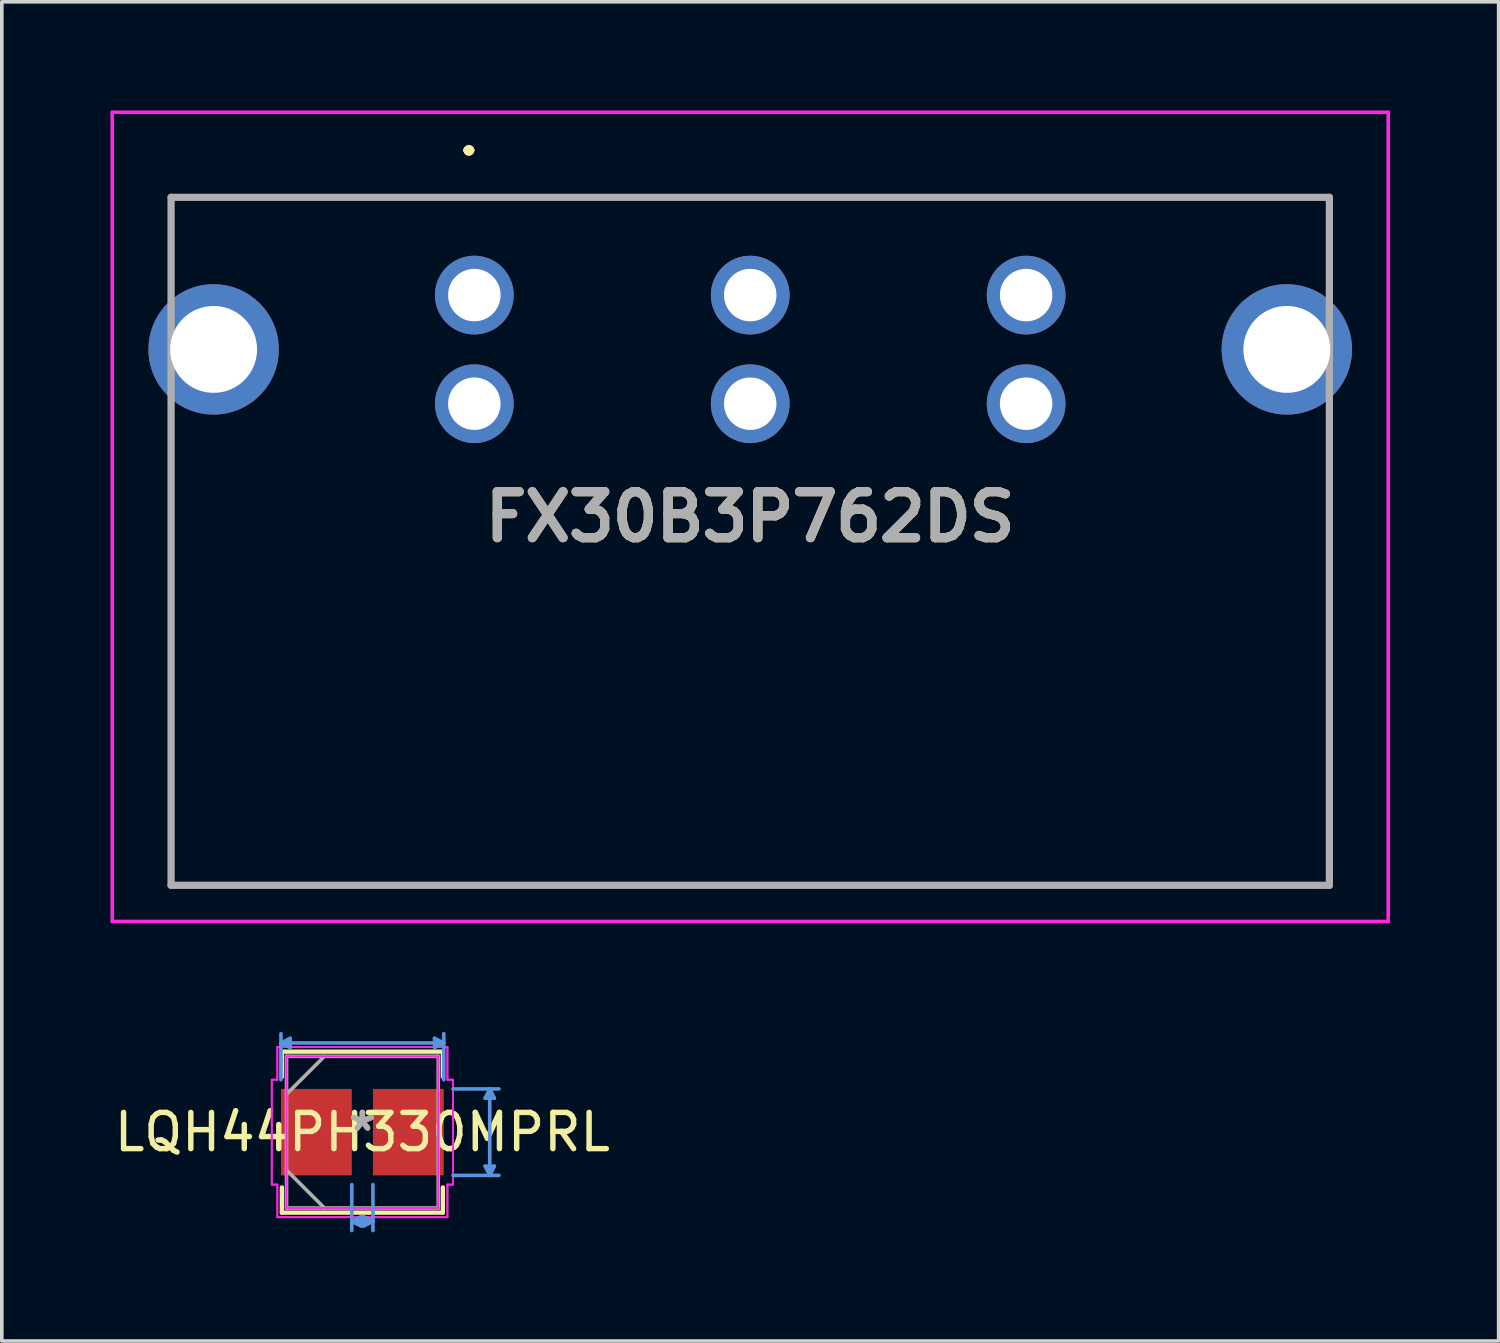
<source format=kicad_pcb>
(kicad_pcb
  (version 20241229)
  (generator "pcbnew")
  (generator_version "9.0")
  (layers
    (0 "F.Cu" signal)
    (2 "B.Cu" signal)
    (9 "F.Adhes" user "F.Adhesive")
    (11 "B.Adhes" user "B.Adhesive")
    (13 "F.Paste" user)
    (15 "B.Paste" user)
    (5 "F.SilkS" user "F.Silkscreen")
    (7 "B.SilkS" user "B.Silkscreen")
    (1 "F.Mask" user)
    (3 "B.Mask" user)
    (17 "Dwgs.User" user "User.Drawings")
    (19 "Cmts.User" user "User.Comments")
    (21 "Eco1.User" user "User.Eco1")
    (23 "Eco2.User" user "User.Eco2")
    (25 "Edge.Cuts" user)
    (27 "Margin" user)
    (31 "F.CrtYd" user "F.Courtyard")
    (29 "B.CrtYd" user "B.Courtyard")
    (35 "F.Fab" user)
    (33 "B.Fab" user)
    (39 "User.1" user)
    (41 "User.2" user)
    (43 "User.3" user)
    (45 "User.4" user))
  (footprint "FX30B3P762DS"
    (layer "F.Cu")
    (at 10.05 5.1)
    (property "Reference" "FX30B3P762DS" (at 7.62 6.125 0) (layer "F.SilkS") (effects (font (size 1.27 1.27) (thickness 0.254))))
    (attr through_hole)
    (fp_line (start -8.38 -2.7) (end -8.38 -2.7) (stroke (width 0.1) (type solid)) (layer "F.SilkS"))
    (fp_line (start -8.38 -2.7) (end -8.375 -2.7) (stroke (width 0.1) (type solid)) (layer "F.SilkS"))
    (fp_line (start -8.38 -2.7) (end 23.62 -2.7) (stroke (width 0.1) (type solid)) (layer "F.SilkS"))
    (fp_line (start -8.38 -0.75) (end -8.38 -2.7) (stroke (width 0.1) (type solid)) (layer "F.SilkS"))
    (fp_line (start -8.38 3.75) (end -8.375 3.75) (stroke (width 0.1) (type solid)) (layer "F.SilkS"))
    (fp_line (start -8.38 16.3) (end -8.38 3.75) (stroke (width 0.1) (type solid)) (layer "F.SilkS"))
    (fp_line (start -8.375 -2.7) (end -8.375 -0.75) (stroke (width 0.1) (type solid)) (layer "F.SilkS"))
    (fp_line (start -8.375 -0.75) (end -8.38 -0.75) (stroke (width 0.1) (type solid)) (layer "F.SilkS"))
    (fp_line (start -8.375 3.75) (end -8.375 16.3) (stroke (width 0.1) (type solid)) (layer "F.SilkS"))
    (fp_line (start -8.375 16.3) (end -8.38 16.3) (stroke (width 0.1) (type solid)) (layer "F.SilkS"))
    (fp_line (start -8.375 16.3) (end -8.375 16.3) (stroke (width 0.1) (type solid)) (layer "F.SilkS"))
    (fp_line (start -8.375 16.3) (end 23.615 16.3) (stroke (width 0.1) (type solid)) (layer "F.SilkS"))
    (fp_line (start -0.2 -4) (end -0.2 -4) (stroke (width 0.2) (type solid)) (layer "F.SilkS"))
    (fp_line (start -0.2 -4) (end -0.2 -4) (stroke (width 0.2) (type solid)) (layer "F.SilkS"))
    (fp_line (start -0.1 -4) (end -0.1 -4) (stroke (width 0.2) (type solid)) (layer "F.SilkS"))
    (fp_line (start 23.615 3.75) (end 23.615 16.3) (stroke (width 0.1) (type solid)) (layer "F.SilkS"))
    (fp_line (start 23.615 16.3) (end -8.375 16.3) (stroke (width 0.1) (type solid)) (layer "F.SilkS"))
    (fp_line (start 23.615 16.3) (end 23.615 16.3) (stroke (width 0.1) (type solid)) (layer "F.SilkS"))
    (fp_line (start 23.615 16.3) (end 23.62 16.3) (stroke (width 0.1) (type solid)) (layer "F.SilkS"))
    (fp_line (start 23.62 -2.7) (end -8.38 -2.7) (stroke (width 0.1) (type solid)) (layer "F.SilkS"))
    (fp_line (start 23.62 -2.7) (end 23.62 -2.7) (stroke (width 0.1) (type solid)) (layer "F.SilkS"))
    (fp_line (start 23.62 -2.7) (end 23.62 -2.7) (stroke (width 0.1) (type solid)) (layer "F.SilkS"))
    (fp_line (start 23.62 -2.7) (end 23.62 -1) (stroke (width 0.1) (type solid)) (layer "F.SilkS"))
    (fp_line (start 23.62 -1) (end 23.62 -2.7) (stroke (width 0.1) (type solid)) (layer "F.SilkS"))
    (fp_line (start 23.62 -1) (end 23.62 -1) (stroke (width 0.1) (type solid)) (layer "F.SilkS"))
    (fp_line (start 23.62 3.75) (end 23.615 3.75) (stroke (width 0.1) (type solid)) (layer "F.SilkS"))
    (fp_line (start 23.62 16.3) (end 23.62 3.75) (stroke (width 0.1) (type solid)) (layer "F.SilkS"))
    (fp_arc (start -0.2 -4) (mid -0.15 -4.05) (end -0.1 -4) (stroke (width 0.2) (type solid)) (layer "F.SilkS"))
    (fp_arc (start -0.1 -4) (mid -0.15 -3.95) (end -0.2 -4) (stroke (width 0.2) (type solid)) (layer "F.SilkS"))
    (fp_arc (start -0.1 -4) (mid -0.15 -3.95) (end -0.2 -4) (stroke (width 0.2) (type solid)) (layer "F.SilkS"))
    (fp_line (start -10 -5.05) (end 25.24 -5.05) (stroke (width 0.1) (type solid)) (layer "F.CrtYd"))
    (fp_line (start -10 17.3) (end -10 -5.05) (stroke (width 0.1) (type solid)) (layer "F.CrtYd"))
    (fp_line (start 25.24 -5.05) (end 25.24 17.3) (stroke (width 0.1) (type solid)) (layer "F.CrtYd"))
    (fp_line (start 25.24 17.3) (end -10 17.3) (stroke (width 0.1) (type solid)) (layer "F.CrtYd"))
    (fp_line (start -8.375 -2.7) (end -8.375 16.3) (stroke (width 0.2) (type solid)) (layer "F.Fab"))
    (fp_line (start -8.375 16.3) (end 23.615 16.3) (stroke (width 0.2) (type solid)) (layer "F.Fab"))
    (fp_line (start 23.615 -2.7) (end -8.375 -2.7) (stroke (width 0.2) (type solid)) (layer "F.Fab"))
    (fp_line (start 23.615 16.3) (end 23.615 -2.7) (stroke (width 0.2) (type solid)) (layer "F.Fab"))
    (fp_text user "${REFERENCE}" (at 7.62 6.125 0) (layer "F.Fab") (effects (font (size 1.27 1.27) (thickness 0.254))))
    (pad "1" thru_hole circle (at 0 0) (size 2.175 2.175) (drill 1.45) (layers "*.Cu" "*.Mask"))
    (pad "2" thru_hole circle (at 7.62 0) (size 2.175 2.175) (drill 1.45) (layers "*.Cu" "*.Mask"))
    (pad "3" thru_hole circle (at 15.24 0) (size 2.175 2.175) (drill 1.45) (layers "*.Cu" "*.Mask"))
    (pad "4" thru_hole circle (at 0 3) (size 2.175 2.175) (drill 1.45) (layers "*.Cu" "*.Mask"))
    (pad "5" thru_hole circle (at 7.62 3) (size 2.175 2.175) (drill 1.45) (layers "*.Cu" "*.Mask"))
    (pad "6" thru_hole circle (at 15.24 3) (size 2.175 2.175) (drill 1.45) (layers "*.Cu" "*.Mask"))
    (pad "MH1" thru_hole circle (at -7.2 1.5) (size 3.6 3.6) (drill 2.4) (layers "*.Cu" "*.Mask"))
    (pad "MH2" thru_hole circle (at 22.44 1.5) (size 3.6 3.6) (drill 2.4) (layers "*.Cu" "*.Mask")))
  (footprint "LQH44PH330MPRL"
    (layer "F.Cu")
    (at 6.958 28.218)
    (property "Reference" "LQH44PH330MPRL" (at 0 0 0) (layer "F.SilkS") (effects (font (size 1 1) (thickness 0.15))))
    (attr through_hole)
    (fp_line (start -2.223 -2.223) (end -2.223 -1.527) (stroke (width 0.12) (type solid)) (layer "F.SilkS"))
    (fp_line (start -2.223 1.527) (end -2.223 2.223) (stroke (width 0.12) (type solid)) (layer "F.SilkS"))
    (fp_line (start -2.223 2.223) (end 2.223 2.223) (stroke (width 0.12) (type solid)) (layer "F.SilkS"))
    (fp_line (start 2.223 -2.223) (end -2.223 -2.223) (stroke (width 0.12) (type solid)) (layer "F.SilkS"))
    (fp_line (start 2.223 -1.527) (end 2.223 -2.223) (stroke (width 0.12) (type solid)) (layer "F.SilkS"))
    (fp_line (start 2.223 2.223) (end 2.223 1.527) (stroke (width 0.12) (type solid)) (layer "F.SilkS"))
    (fp_line (start -2.248 -2.464) (end -1.994 -2.591) (stroke (width 0.1) (type solid)) (layer "Cmts.User"))
    (fp_line (start -2.248 -2.464) (end 2.248 -2.464) (stroke (width 0.1) (type solid)) (layer "Cmts.User"))
    (fp_line (start -2.248 -1.448) (end -2.248 -2.718) (stroke (width 0.1) (type solid)) (layer "Cmts.User"))
    (fp_line (start -1.994 -2.591) (end -1.994 -2.337) (stroke (width 0.1) (type solid)) (layer "Cmts.User"))
    (fp_line (start -1.994 -2.337) (end -2.248 -2.464) (stroke (width 0.1) (type solid)) (layer "Cmts.User"))
    (fp_line (start -0.292 1.448) (end -0.292 2.718) (stroke (width 0.1) (type solid)) (layer "Cmts.User"))
    (fp_line (start -0.292 2.464) (end -0.038 2.591) (stroke (width 0.1) (type solid)) (layer "Cmts.User"))
    (fp_line (start -0.292 2.464) (end 0.292 2.464) (stroke (width 0.1) (type solid)) (layer "Cmts.User"))
    (fp_line (start -0.038 2.337) (end -0.292 2.464) (stroke (width 0.1) (type solid)) (layer "Cmts.User"))
    (fp_line (start -0.038 2.591) (end -0.038 2.337) (stroke (width 0.1) (type solid)) (layer "Cmts.User"))
    (fp_line (start 0.038 2.337) (end 0.292 2.464) (stroke (width 0.1) (type solid)) (layer "Cmts.User"))
    (fp_line (start 0.038 2.591) (end 0.038 2.337) (stroke (width 0.1) (type solid)) (layer "Cmts.User"))
    (fp_line (start 0.292 1.448) (end 0.292 2.718) (stroke (width 0.1) (type solid)) (layer "Cmts.User"))
    (fp_line (start 0.292 2.464) (end 0.038 2.591) (stroke (width 0.1) (type solid)) (layer "Cmts.User"))
    (fp_line (start 1.994 -2.591) (end 1.994 -2.337) (stroke (width 0.1) (type solid)) (layer "Cmts.User"))
    (fp_line (start 1.994 -2.337) (end 2.248 -2.464) (stroke (width 0.1) (type solid)) (layer "Cmts.User"))
    (fp_line (start 2.248 -2.464) (end 1.994 -2.591) (stroke (width 0.1) (type solid)) (layer "Cmts.User"))
    (fp_line (start 2.248 -1.448) (end 2.248 -2.718) (stroke (width 0.1) (type solid)) (layer "Cmts.User"))
    (fp_line (start 2.502 -1.194) (end 3.772 -1.194) (stroke (width 0.1) (type solid)) (layer "Cmts.User"))
    (fp_line (start 2.502 1.194) (end 3.772 1.194) (stroke (width 0.1) (type solid)) (layer "Cmts.User"))
    (fp_line (start 3.391 -0.94) (end 3.645 -0.94) (stroke (width 0.1) (type solid)) (layer "Cmts.User"))
    (fp_line (start 3.391 0.94) (end 3.645 0.94) (stroke (width 0.1) (type solid)) (layer "Cmts.User"))
    (fp_line (start 3.518 -1.194) (end 3.391 -0.94) (stroke (width 0.1) (type solid)) (layer "Cmts.User"))
    (fp_line (start 3.518 -1.194) (end 3.518 1.194) (stroke (width 0.1) (type solid)) (layer "Cmts.User"))
    (fp_line (start 3.518 1.194) (end 3.391 0.94) (stroke (width 0.1) (type solid)) (layer "Cmts.User"))
    (fp_line (start 3.645 -0.94) (end 3.518 -1.194) (stroke (width 0.1) (type solid)) (layer "Cmts.User"))
    (fp_line (start 3.645 0.94) (end 3.518 1.194) (stroke (width 0.1) (type solid)) (layer "Cmts.User"))
    (fp_line (start -2.502 -1.448) (end -2.349 -1.448) (stroke (width 0.05) (type solid)) (layer "F.CrtYd"))
    (fp_line (start -2.502 -1.448) (end -2.349 -1.448) (stroke (width 0.05) (type solid)) (layer "F.CrtYd"))
    (fp_line (start -2.502 1.448) (end -2.502 -1.448) (stroke (width 0.05) (type solid)) (layer "F.CrtYd"))
    (fp_line (start -2.502 1.448) (end -2.502 -1.448) (stroke (width 0.05) (type solid)) (layer "F.CrtYd"))
    (fp_line (start -2.349 -2.349) (end 2.349 -2.349) (stroke (width 0.05) (type solid)) (layer "F.CrtYd"))
    (fp_line (start -2.349 -2.349) (end 2.349 -2.349) (stroke (width 0.05) (type solid)) (layer "F.CrtYd"))
    (fp_line (start -2.349 -1.448) (end -2.349 -2.349) (stroke (width 0.05) (type solid)) (layer "F.CrtYd"))
    (fp_line (start -2.349 -1.448) (end -2.349 -2.349) (stroke (width 0.05) (type solid)) (layer "F.CrtYd"))
    (fp_line (start -2.349 1.448) (end -2.502 1.448) (stroke (width 0.05) (type solid)) (layer "F.CrtYd"))
    (fp_line (start -2.349 1.448) (end -2.502 1.448) (stroke (width 0.05) (type solid)) (layer "F.CrtYd"))
    (fp_line (start -2.349 1.448) (end -2.349 2.349) (stroke (width 0.05) (type solid)) (layer "F.CrtYd"))
    (fp_line (start -2.349 2.349) (end -2.349 1.448) (stroke (width 0.05) (type solid)) (layer "F.CrtYd"))
    (fp_line (start -2.349 2.349) (end 2.349 2.349) (stroke (width 0.05) (type solid)) (layer "F.CrtYd"))
    (fp_line (start -2.095 -2.095) (end 2.095 -2.095) (stroke (width 0.05) (type solid)) (layer "F.CrtYd"))
    (fp_line (start -2.095 2.095) (end -2.095 -2.095) (stroke (width 0.05) (type solid)) (layer "F.CrtYd"))
    (fp_line (start 2.095 -2.095) (end 2.095 2.095) (stroke (width 0.05) (type solid)) (layer "F.CrtYd"))
    (fp_line (start 2.095 2.095) (end -2.095 2.095) (stroke (width 0.05) (type solid)) (layer "F.CrtYd"))
    (fp_line (start 2.349 -2.349) (end 2.349 -1.448) (stroke (width 0.05) (type solid)) (layer "F.CrtYd"))
    (fp_line (start 2.349 -2.349) (end 2.349 -1.448) (stroke (width 0.05) (type solid)) (layer "F.CrtYd"))
    (fp_line (start 2.349 -1.448) (end 2.502 -1.448) (stroke (width 0.05) (type solid)) (layer "F.CrtYd"))
    (fp_line (start 2.349 -1.448) (end 2.502 -1.448) (stroke (width 0.05) (type solid)) (layer "F.CrtYd"))
    (fp_line (start 2.349 1.448) (end 2.349 2.349) (stroke (width 0.05) (type solid)) (layer "F.CrtYd"))
    (fp_line (start 2.349 1.448) (end 2.502 1.448) (stroke (width 0.05) (type solid)) (layer "F.CrtYd"))
    (fp_line (start 2.349 2.349) (end -2.349 2.349) (stroke (width 0.05) (type solid)) (layer "F.CrtYd"))
    (fp_line (start 2.349 2.349) (end 2.349 1.448) (stroke (width 0.05) (type solid)) (layer "F.CrtYd"))
    (fp_line (start 2.502 -1.448) (end 2.502 1.448) (stroke (width 0.05) (type solid)) (layer "F.CrtYd"))
    (fp_line (start 2.502 -1.448) (end 2.502 1.448) (stroke (width 0.05) (type solid)) (layer "F.CrtYd"))
    (fp_line (start 2.502 1.448) (end 2.349 1.448) (stroke (width 0.05) (type solid)) (layer "F.CrtYd"))
    (fp_line (start -2.095 -2.095) (end -2.095 2.095) (stroke (width 0.1) (type solid)) (layer "F.Fab"))
    (fp_line (start -2.095 -1.048) (end -1.048 -2.095) (stroke (width 0.1) (type solid)) (layer "F.Fab"))
    (fp_line (start -2.095 1.048) (end -1.048 2.095) (stroke (width 0.1) (type solid)) (layer "F.Fab"))
    (fp_line (start -2.095 2.095) (end 2.095 2.095) (stroke (width 0.1) (type solid)) (layer "F.Fab"))
    (fp_line (start 2.095 -2.095) (end -2.095 -2.095) (stroke (width 0.1) (type solid)) (layer "F.Fab"))
    (fp_line (start 2.095 2.095) (end 2.095 -2.095) (stroke (width 0.1) (type solid)) (layer "F.Fab"))
    (fp_text user "*" (at 0 0 0) (layer "F.SilkS") (effects (font (size 1 1) (thickness 0.15))))
    (fp_text user "Copyright 2021 Accelerated Designs. All rights reserved." (at 0 0 0) (layer "Cmts.User") (effects (font (size 0.127 0.127) (thickness 0.002))))
    (fp_text user "*" (at 0 0 0) (layer "F.Fab") (effects (font (size 1 1) (thickness 0.15))))
    (pad "1" smd rect (at -1.27 0 90) (size 2.388 1.956) (layers "F.Cu" "F.Mask" "F.Paste"))
    (pad "2" smd rect (at 1.27 0 90) (size 2.388 1.956) (layers "F.Cu" "F.Mask" "F.Paste")))
  (gr_rect
    (start -3 -3)
    (end 38.34 33.986)
    (stroke (width 0.1) (type default))
    (fill no)
    (layer "Edge.Cuts")))
</source>
